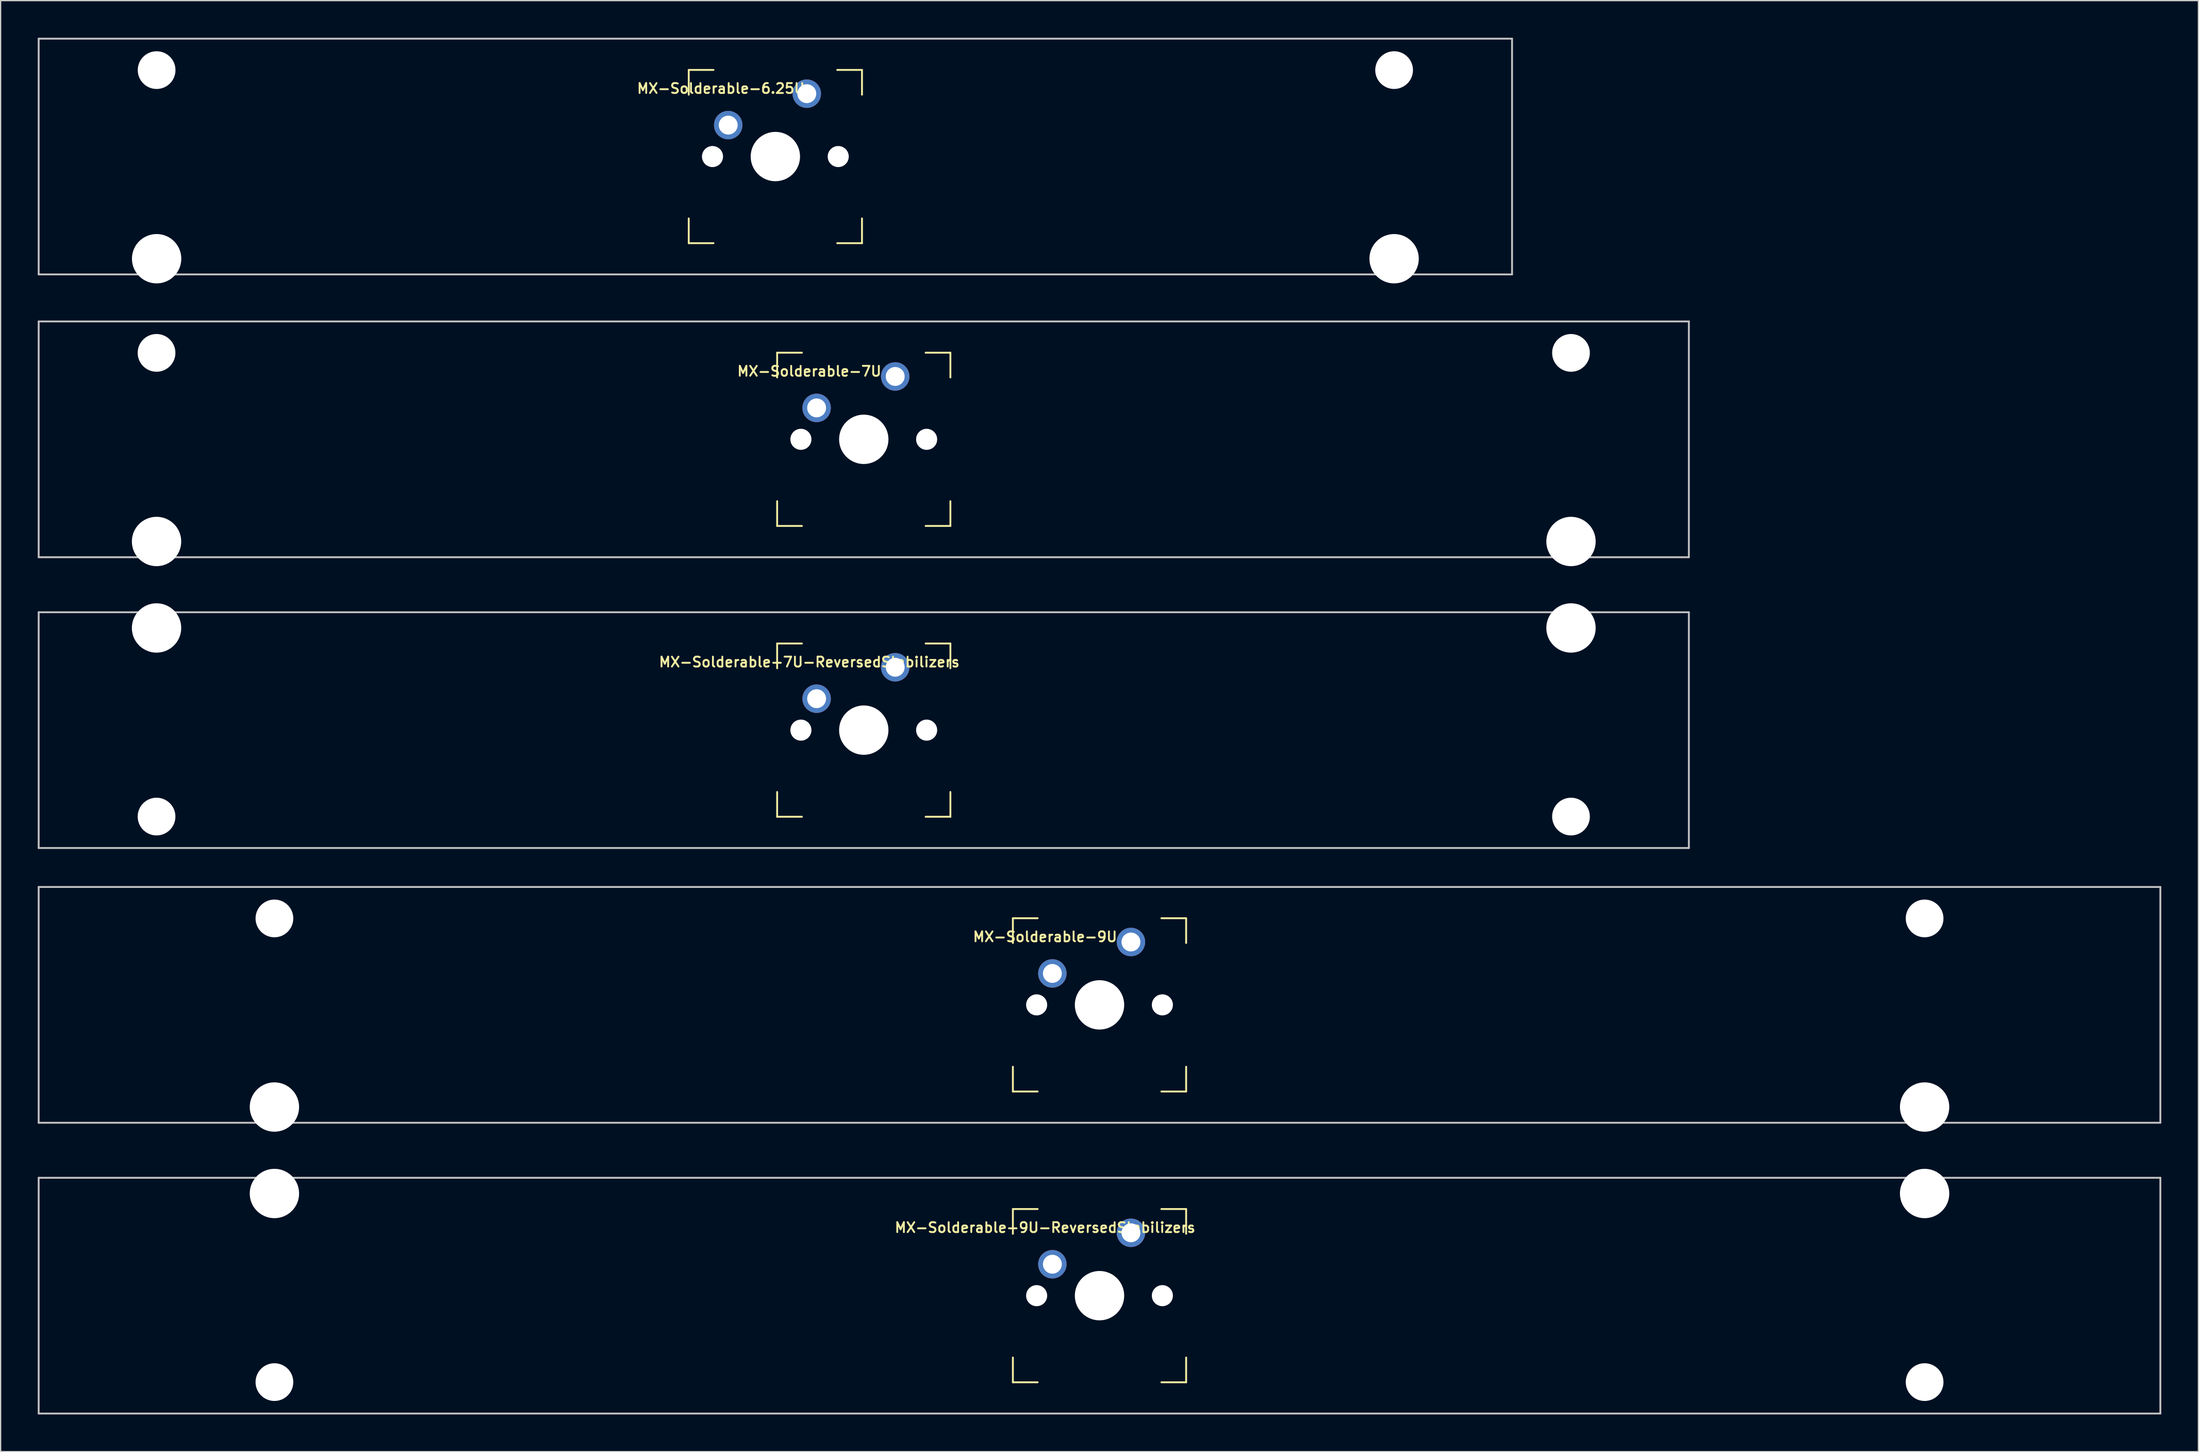
<source format=kicad_pcb>
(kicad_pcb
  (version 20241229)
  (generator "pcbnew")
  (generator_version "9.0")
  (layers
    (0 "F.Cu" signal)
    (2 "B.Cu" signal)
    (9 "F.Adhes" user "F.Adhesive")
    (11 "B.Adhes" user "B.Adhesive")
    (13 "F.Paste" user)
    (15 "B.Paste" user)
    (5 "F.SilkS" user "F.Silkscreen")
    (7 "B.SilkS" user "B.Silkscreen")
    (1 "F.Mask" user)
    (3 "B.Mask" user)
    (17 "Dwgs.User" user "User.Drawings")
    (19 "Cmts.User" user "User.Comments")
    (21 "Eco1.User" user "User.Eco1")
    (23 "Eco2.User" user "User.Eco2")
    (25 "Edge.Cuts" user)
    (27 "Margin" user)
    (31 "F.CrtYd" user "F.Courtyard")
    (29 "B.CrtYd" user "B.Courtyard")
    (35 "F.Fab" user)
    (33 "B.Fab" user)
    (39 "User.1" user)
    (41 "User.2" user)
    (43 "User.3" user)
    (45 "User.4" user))
  (footprint "MX-Solderable-6.25U"
    (layer "F.Cu")
    (at 59.606 9.6)
    (property "Reference" "MX-Solderable-6.25U" (at -4.4 -5.5 0) (layer "F.SilkS") (effects (font (size 0.8 0.8) (thickness 0.15))))
    (attr through_hole)
    (fp_line (start -7 -7) (end -7 -5) (stroke (width 0.15) (type solid)) (layer "F.SilkS"))
    (fp_line (start -7 5) (end -7 7) (stroke (width 0.15) (type solid)) (layer "F.SilkS"))
    (fp_line (start -7 7) (end -5 7) (stroke (width 0.15) (type solid)) (layer "F.SilkS"))
    (fp_line (start -5 -7) (end -7 -7) (stroke (width 0.15) (type solid)) (layer "F.SilkS"))
    (fp_line (start 5 -7) (end 7 -7) (stroke (width 0.15) (type solid)) (layer "F.SilkS"))
    (fp_line (start 5 7) (end 7 7) (stroke (width 0.15) (type solid)) (layer "F.SilkS"))
    (fp_line (start 7 -7) (end 7 -5) (stroke (width 0.15) (type solid)) (layer "F.SilkS"))
    (fp_line (start 7 7) (end 7 5) (stroke (width 0.15) (type solid)) (layer "F.SilkS"))
    (fp_line (start -59.531 9.525) (end -59.531 -9.525) (stroke (width 0.15) (type solid)) (layer "Dwgs.User"))
    (fp_line (start 59.531 -9.525) (end -59.531 -9.525) (stroke (width 0.15) (type solid)) (layer "Dwgs.User"))
    (fp_line (start 59.531 9.525) (end -59.531 9.525) (stroke (width 0.15) (type solid)) (layer "Dwgs.User"))
    (fp_line (start 59.531 9.525) (end 59.531 -9.525) (stroke (width 0.15) (type solid)) (layer "Dwgs.User"))
    (pad "" np_thru_hole circle (at -50 -6.985) (size 3.048 3.048) (drill 3.048) (layers "*.Cu" "*.Mask"))
    (pad "" np_thru_hole circle (at -50 8.255) (size 3.988 3.988) (drill 3.988) (layers "*.Cu" "*.Mask"))
    (pad "" np_thru_hole circle (at -5.08 0 48.099) (size 1.702 1.702) (drill 1.702) (layers "*.Cu" "*.Mask"))
    (pad "" np_thru_hole circle (at 0 0) (size 3.988 3.988) (drill 3.988) (layers "*.Cu" "*.Mask"))
    (pad "" np_thru_hole circle (at 5.08 0 48.099) (size 1.702 1.702) (drill 1.702) (layers "*.Cu" "*.Mask"))
    (pad "" np_thru_hole circle (at 50 -6.985) (size 3.048 3.048) (drill 3.048) (layers "*.Cu" "*.Mask"))
    (pad "" np_thru_hole circle (at 50 8.255) (size 3.988 3.988) (drill 3.988) (layers "*.Cu" "*.Mask"))
    (pad "1" thru_hole circle (at -3.81 -2.54) (size 2.3 2.3) (drill 1.524) (layers "*.Cu" "B.Mask"))
    (pad "2" thru_hole circle (at 2.54 -5.08) (size 2.3 2.3) (drill 1.524) (layers "*.Cu" "B.Mask")))
  (footprint "MX-Solderable-9U-ReversedStabilizers"
    (layer "F.Cu")
    (at 85.8 101.644)
    (property "Reference" "MX-Solderable-9U-ReversedStabilizers" (at -4.4 -5.5 0) (layer "F.SilkS") (effects (font (size 0.8 0.8) (thickness 0.15))))
    (attr through_hole)
    (fp_line (start -7 -7) (end -7 -5) (stroke (width 0.15) (type solid)) (layer "F.SilkS"))
    (fp_line (start -7 5) (end -7 7) (stroke (width 0.15) (type solid)) (layer "F.SilkS"))
    (fp_line (start -7 7) (end -5 7) (stroke (width 0.15) (type solid)) (layer "F.SilkS"))
    (fp_line (start -5 -7) (end -7 -7) (stroke (width 0.15) (type solid)) (layer "F.SilkS"))
    (fp_line (start 5 -7) (end 7 -7) (stroke (width 0.15) (type solid)) (layer "F.SilkS"))
    (fp_line (start 5 7) (end 7 7) (stroke (width 0.15) (type solid)) (layer "F.SilkS"))
    (fp_line (start 7 -7) (end 7 -5) (stroke (width 0.15) (type solid)) (layer "F.SilkS"))
    (fp_line (start 7 7) (end 7 5) (stroke (width 0.15) (type solid)) (layer "F.SilkS"))
    (fp_line (start -85.725 9.525) (end -85.725 -9.525) (stroke (width 0.15) (type solid)) (layer "Dwgs.User"))
    (fp_line (start 85.725 -9.525) (end -85.725 -9.525) (stroke (width 0.15) (type solid)) (layer "Dwgs.User"))
    (fp_line (start 85.725 9.525) (end -85.725 9.525) (stroke (width 0.15) (type solid)) (layer "Dwgs.User"))
    (fp_line (start 85.725 9.525) (end 85.725 -9.525) (stroke (width 0.15) (type solid)) (layer "Dwgs.User"))
    (pad "" np_thru_hole circle (at -66.675 -8.255) (size 3.988 3.988) (drill 3.988) (layers "*.Cu" "*.Mask"))
    (pad "" np_thru_hole circle (at -66.675 6.985) (size 3.048 3.048) (drill 3.048) (layers "*.Cu" "*.Mask"))
    (pad "" np_thru_hole circle (at -5.08 0 48.099) (size 1.702 1.702) (drill 1.702) (layers "*.Cu" "*.Mask"))
    (pad "" np_thru_hole circle (at 0 0) (size 3.988 3.988) (drill 3.988) (layers "*.Cu" "*.Mask"))
    (pad "" np_thru_hole circle (at 5.08 0 48.099) (size 1.702 1.702) (drill 1.702) (layers "*.Cu" "*.Mask"))
    (pad "" np_thru_hole circle (at 66.675 -8.255) (size 3.988 3.988) (drill 3.988) (layers "*.Cu" "*.Mask"))
    (pad "" np_thru_hole circle (at 66.675 6.985) (size 3.048 3.048) (drill 3.048) (layers "*.Cu" "*.Mask"))
    (pad "1" thru_hole circle (at -3.81 -2.54) (size 2.3 2.3) (drill 1.524) (layers "*.Cu" "B.Mask"))
    (pad "2" thru_hole circle (at 2.54 -5.08) (size 2.3 2.3) (drill 1.524) (layers "*.Cu" "B.Mask")))
  (footprint "MX-Solderable-7U-ReversedStabilizers"
    (layer "F.Cu")
    (at 66.75 55.947)
    (property "Reference" "MX-Solderable-7U-ReversedStabilizers" (at -4.4 -5.5 0) (layer "F.SilkS") (effects (font (size 0.8 0.8) (thickness 0.15))))
    (attr through_hole)
    (fp_line (start -7 -7) (end -7 -5) (stroke (width 0.15) (type solid)) (layer "F.SilkS"))
    (fp_line (start -7 5) (end -7 7) (stroke (width 0.15) (type solid)) (layer "F.SilkS"))
    (fp_line (start -7 7) (end -5 7) (stroke (width 0.15) (type solid)) (layer "F.SilkS"))
    (fp_line (start -5 -7) (end -7 -7) (stroke (width 0.15) (type solid)) (layer "F.SilkS"))
    (fp_line (start 5 -7) (end 7 -7) (stroke (width 0.15) (type solid)) (layer "F.SilkS"))
    (fp_line (start 5 7) (end 7 7) (stroke (width 0.15) (type solid)) (layer "F.SilkS"))
    (fp_line (start 7 -7) (end 7 -5) (stroke (width 0.15) (type solid)) (layer "F.SilkS"))
    (fp_line (start 7 7) (end 7 5) (stroke (width 0.15) (type solid)) (layer "F.SilkS"))
    (fp_line (start -66.675 9.525) (end -66.675 -9.525) (stroke (width 0.15) (type solid)) (layer "Dwgs.User"))
    (fp_line (start 66.675 -9.525) (end -66.675 -9.525) (stroke (width 0.15) (type solid)) (layer "Dwgs.User"))
    (fp_line (start 66.675 9.525) (end -66.675 9.525) (stroke (width 0.15) (type solid)) (layer "Dwgs.User"))
    (fp_line (start 66.675 9.525) (end 66.675 -9.525) (stroke (width 0.15) (type solid)) (layer "Dwgs.User"))
    (pad "" np_thru_hole circle (at -57.15 -8.255) (size 3.988 3.988) (drill 3.988) (layers "*.Cu" "*.Mask"))
    (pad "" np_thru_hole circle (at -57.15 6.985) (size 3.048 3.048) (drill 3.048) (layers "*.Cu" "*.Mask"))
    (pad "" np_thru_hole circle (at -5.08 0 48.099) (size 1.702 1.702) (drill 1.702) (layers "*.Cu" "*.Mask"))
    (pad "" np_thru_hole circle (at 0 0) (size 3.988 3.988) (drill 3.988) (layers "*.Cu" "*.Mask"))
    (pad "" np_thru_hole circle (at 5.08 0 48.099) (size 1.702 1.702) (drill 1.702) (layers "*.Cu" "*.Mask"))
    (pad "" np_thru_hole circle (at 57.15 -8.255) (size 3.988 3.988) (drill 3.988) (layers "*.Cu" "*.Mask"))
    (pad "" np_thru_hole circle (at 57.15 6.985) (size 3.048 3.048) (drill 3.048) (layers "*.Cu" "*.Mask"))
    (pad "1" thru_hole circle (at -3.81 -2.54) (size 2.3 2.3) (drill 1.524) (layers "*.Cu" "B.Mask"))
    (pad "2" thru_hole circle (at 2.54 -5.08) (size 2.3 2.3) (drill 1.524) (layers "*.Cu" "B.Mask")))
  (footprint "MX-Solderable-9U"
    (layer "F.Cu")
    (at 85.8 78.147)
    (property "Reference" "MX-Solderable-9U" (at -4.4 -5.5 0) (layer "F.SilkS") (effects (font (size 0.8 0.8) (thickness 0.15))))
    (attr through_hole)
    (fp_line (start -7 -7) (end -7 -5) (stroke (width 0.15) (type solid)) (layer "F.SilkS"))
    (fp_line (start -7 5) (end -7 7) (stroke (width 0.15) (type solid)) (layer "F.SilkS"))
    (fp_line (start -7 7) (end -5 7) (stroke (width 0.15) (type solid)) (layer "F.SilkS"))
    (fp_line (start -5 -7) (end -7 -7) (stroke (width 0.15) (type solid)) (layer "F.SilkS"))
    (fp_line (start 5 -7) (end 7 -7) (stroke (width 0.15) (type solid)) (layer "F.SilkS"))
    (fp_line (start 5 7) (end 7 7) (stroke (width 0.15) (type solid)) (layer "F.SilkS"))
    (fp_line (start 7 -7) (end 7 -5) (stroke (width 0.15) (type solid)) (layer "F.SilkS"))
    (fp_line (start 7 7) (end 7 5) (stroke (width 0.15) (type solid)) (layer "F.SilkS"))
    (fp_line (start -85.725 9.525) (end -85.725 -9.525) (stroke (width 0.15) (type solid)) (layer "Dwgs.User"))
    (fp_line (start 85.725 -9.525) (end -85.725 -9.525) (stroke (width 0.15) (type solid)) (layer "Dwgs.User"))
    (fp_line (start 85.725 9.525) (end -85.725 9.525) (stroke (width 0.15) (type solid)) (layer "Dwgs.User"))
    (fp_line (start 85.725 9.525) (end 85.725 -9.525) (stroke (width 0.15) (type solid)) (layer "Dwgs.User"))
    (pad "" np_thru_hole circle (at -66.675 -6.985) (size 3.048 3.048) (drill 3.048) (layers "*.Cu" "*.Mask"))
    (pad "" np_thru_hole circle (at -66.675 8.255) (size 3.988 3.988) (drill 3.988) (layers "*.Cu" "*.Mask"))
    (pad "" np_thru_hole circle (at -5.08 0 48.099) (size 1.702 1.702) (drill 1.702) (layers "*.Cu" "*.Mask"))
    (pad "" np_thru_hole circle (at 0 0) (size 3.988 3.988) (drill 3.988) (layers "*.Cu" "*.Mask"))
    (pad "" np_thru_hole circle (at 5.08 0 48.099) (size 1.702 1.702) (drill 1.702) (layers "*.Cu" "*.Mask"))
    (pad "" np_thru_hole circle (at 66.675 -6.985) (size 3.048 3.048) (drill 3.048) (layers "*.Cu" "*.Mask"))
    (pad "" np_thru_hole circle (at 66.675 8.255) (size 3.988 3.988) (drill 3.988) (layers "*.Cu" "*.Mask"))
    (pad "1" thru_hole circle (at -3.81 -2.54) (size 2.3 2.3) (drill 1.524) (layers "*.Cu" "B.Mask"))
    (pad "2" thru_hole circle (at 2.54 -5.08) (size 2.3 2.3) (drill 1.524) (layers "*.Cu" "B.Mask")))
  (footprint "MX-Solderable-7U"
    (layer "F.Cu")
    (at 66.75 32.449)
    (property "Reference" "MX-Solderable-7U" (at -4.4 -5.5 0) (layer "F.SilkS") (effects (font (size 0.8 0.8) (thickness 0.15))))
    (attr through_hole)
    (fp_line (start -7 -7) (end -7 -5) (stroke (width 0.15) (type solid)) (layer "F.SilkS"))
    (fp_line (start -7 5) (end -7 7) (stroke (width 0.15) (type solid)) (layer "F.SilkS"))
    (fp_line (start -7 7) (end -5 7) (stroke (width 0.15) (type solid)) (layer "F.SilkS"))
    (fp_line (start -5 -7) (end -7 -7) (stroke (width 0.15) (type solid)) (layer "F.SilkS"))
    (fp_line (start 5 -7) (end 7 -7) (stroke (width 0.15) (type solid)) (layer "F.SilkS"))
    (fp_line (start 5 7) (end 7 7) (stroke (width 0.15) (type solid)) (layer "F.SilkS"))
    (fp_line (start 7 -7) (end 7 -5) (stroke (width 0.15) (type solid)) (layer "F.SilkS"))
    (fp_line (start 7 7) (end 7 5) (stroke (width 0.15) (type solid)) (layer "F.SilkS"))
    (fp_line (start -66.675 9.525) (end -66.675 -9.525) (stroke (width 0.15) (type solid)) (layer "Dwgs.User"))
    (fp_line (start 66.675 -9.525) (end -66.675 -9.525) (stroke (width 0.15) (type solid)) (layer "Dwgs.User"))
    (fp_line (start 66.675 9.525) (end -66.675 9.525) (stroke (width 0.15) (type solid)) (layer "Dwgs.User"))
    (fp_line (start 66.675 9.525) (end 66.675 -9.525) (stroke (width 0.15) (type solid)) (layer "Dwgs.User"))
    (pad "" np_thru_hole circle (at -57.15 -6.985) (size 3.048 3.048) (drill 3.048) (layers "*.Cu" "*.Mask"))
    (pad "" np_thru_hole circle (at -57.15 8.255) (size 3.988 3.988) (drill 3.988) (layers "*.Cu" "*.Mask"))
    (pad "" np_thru_hole circle (at -5.08 0 48.099) (size 1.702 1.702) (drill 1.702) (layers "*.Cu" "*.Mask"))
    (pad "" np_thru_hole circle (at 0 0) (size 3.988 3.988) (drill 3.988) (layers "*.Cu" "*.Mask"))
    (pad "" np_thru_hole circle (at 5.08 0 48.099) (size 1.702 1.702) (drill 1.702) (layers "*.Cu" "*.Mask"))
    (pad "" np_thru_hole circle (at 57.15 -6.985) (size 3.048 3.048) (drill 3.048) (layers "*.Cu" "*.Mask"))
    (pad "" np_thru_hole circle (at 57.15 8.255) (size 3.988 3.988) (drill 3.988) (layers "*.Cu" "*.Mask"))
    (pad "1" thru_hole circle (at -3.81 -2.54) (size 2.3 2.3) (drill 1.524) (layers "*.Cu" "B.Mask"))
    (pad "2" thru_hole circle (at 2.54 -5.08) (size 2.3 2.3) (drill 1.524) (layers "*.Cu" "B.Mask")))
  (gr_rect
    (start -3 -3)
    (end 174.6 114.245)
    (stroke (width 0.1) (type default))
    (fill no)
    (layer "Edge.Cuts")))
</source>
